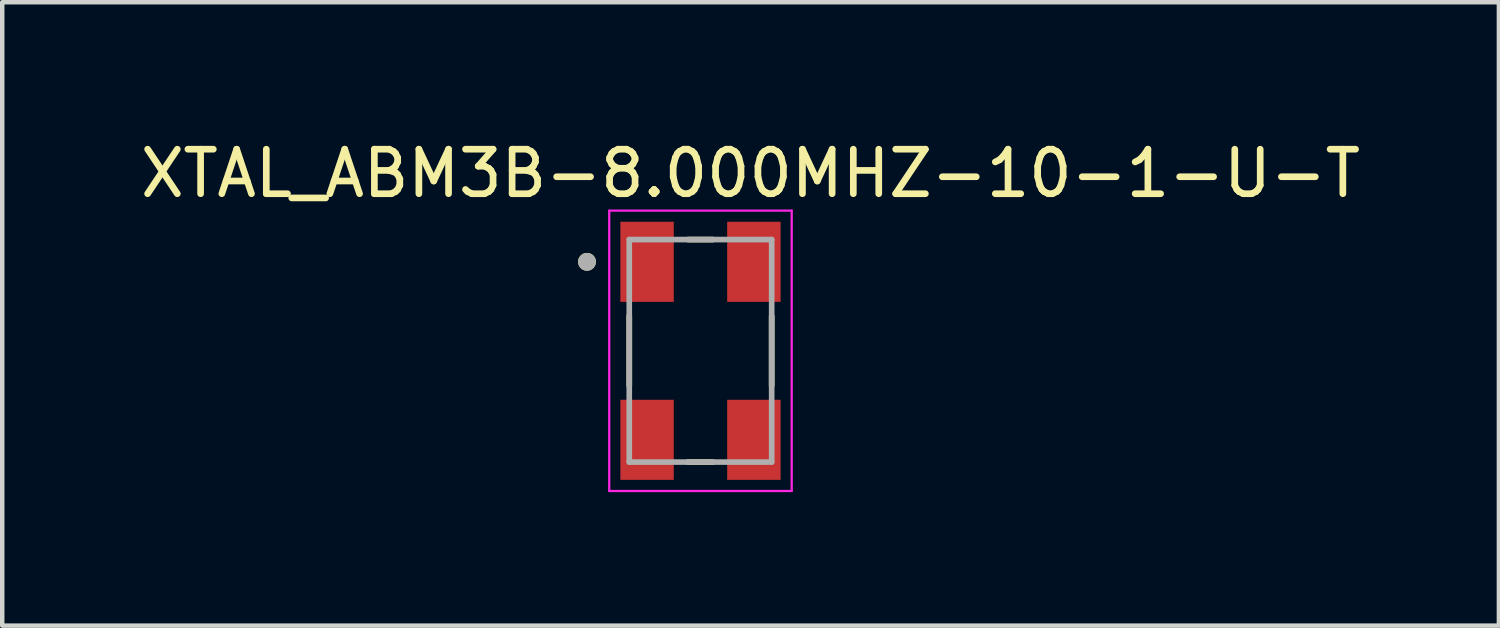
<source format=kicad_pcb>
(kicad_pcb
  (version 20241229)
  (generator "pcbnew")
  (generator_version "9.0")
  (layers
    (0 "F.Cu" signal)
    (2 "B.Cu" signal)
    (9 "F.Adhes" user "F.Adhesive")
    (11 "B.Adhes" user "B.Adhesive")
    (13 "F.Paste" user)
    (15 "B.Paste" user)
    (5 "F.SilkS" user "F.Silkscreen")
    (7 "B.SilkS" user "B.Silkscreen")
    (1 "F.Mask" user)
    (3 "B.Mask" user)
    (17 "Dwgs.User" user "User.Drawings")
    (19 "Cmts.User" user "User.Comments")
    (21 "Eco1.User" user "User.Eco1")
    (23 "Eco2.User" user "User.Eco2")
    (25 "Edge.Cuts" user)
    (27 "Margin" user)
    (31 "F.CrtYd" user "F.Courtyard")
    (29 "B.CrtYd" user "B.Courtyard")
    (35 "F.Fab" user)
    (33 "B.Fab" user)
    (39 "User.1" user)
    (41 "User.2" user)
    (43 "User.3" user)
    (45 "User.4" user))
  (footprint "XTAL_ABM3B-8.000MHZ-10-1-U-T"
    (layer "F.Cu")
    (at 12.69 4.833)
    (property "Reference" "XTAL_ABM3B-8.000MHZ-10-1-U-T" (at 1.125 -3.985 0) (layer "F.SilkS") (effects (font (size 1 1) (thickness 0.15))))
    (attr smd)
    (fp_line (start -1.6 -0.78) (end -1.6 0.78) (stroke (width 0.127) (type solid)) (layer "F.SilkS"))
    (fp_line (start -0.28 -2.5) (end 0.28 -2.5) (stroke (width 0.127) (type solid)) (layer "F.SilkS"))
    (fp_line (start -0.28 2.5) (end 0.28 2.5) (stroke (width 0.127) (type solid)) (layer "F.SilkS"))
    (fp_line (start 1.6 -0.78) (end 1.6 0.78) (stroke (width 0.127) (type solid)) (layer "F.SilkS"))
    (fp_circle (center -2.55 -2) (end -2.45 -2) (stroke (width 0.2) (type solid)) (fill no) (layer "F.SilkS"))
    (fp_line (start -2.05 -3.15) (end -2.05 3.15) (stroke (width 0.05) (type solid)) (layer "F.CrtYd"))
    (fp_line (start -2.05 -3.15) (end 2.05 -3.15) (stroke (width 0.05) (type solid)) (layer "F.CrtYd"))
    (fp_line (start 2.05 -3.15) (end 2.05 3.15) (stroke (width 0.05) (type solid)) (layer "F.CrtYd"))
    (fp_line (start 2.05 3.15) (end -2.05 3.15) (stroke (width 0.05) (type solid)) (layer "F.CrtYd"))
    (fp_line (start -1.6 -2.5) (end -1.6 2.5) (stroke (width 0.127) (type solid)) (layer "F.Fab"))
    (fp_line (start -1.6 -2.5) (end 1.6 -2.5) (stroke (width 0.127) (type solid)) (layer "F.Fab"))
    (fp_line (start 1.6 -2.5) (end 1.6 2.5) (stroke (width 0.127) (type solid)) (layer "F.Fab"))
    (fp_line (start 1.6 2.5) (end -1.6 2.5) (stroke (width 0.127) (type solid)) (layer "F.Fab"))
    (fp_circle (center -2.55 -2) (end -2.45 -2) (stroke (width 0.2) (type solid)) (fill no) (layer "F.Fab"))
    (pad "1" smd rect (at -1.2 -2) (size 1.2 1.8) (layers "F.Cu" "F.Mask" "F.Paste"))
    (pad "2" smd rect (at -1.2 2) (size 1.2 1.8) (layers "F.Cu" "F.Mask" "F.Paste"))
    (pad "3" smd rect (at 1.2 2) (size 1.2 1.8) (layers "F.Cu" "F.Mask" "F.Paste"))
    (pad "4" smd rect (at 1.2 -2) (size 1.2 1.8) (layers "F.Cu" "F.Mask" "F.Paste")))
  (gr_rect
    (start -3 -3)
    (end 30.631 11.008)
    (stroke (width 0.1) (type default))
    (fill no)
    (layer "Edge.Cuts")))
</source>
